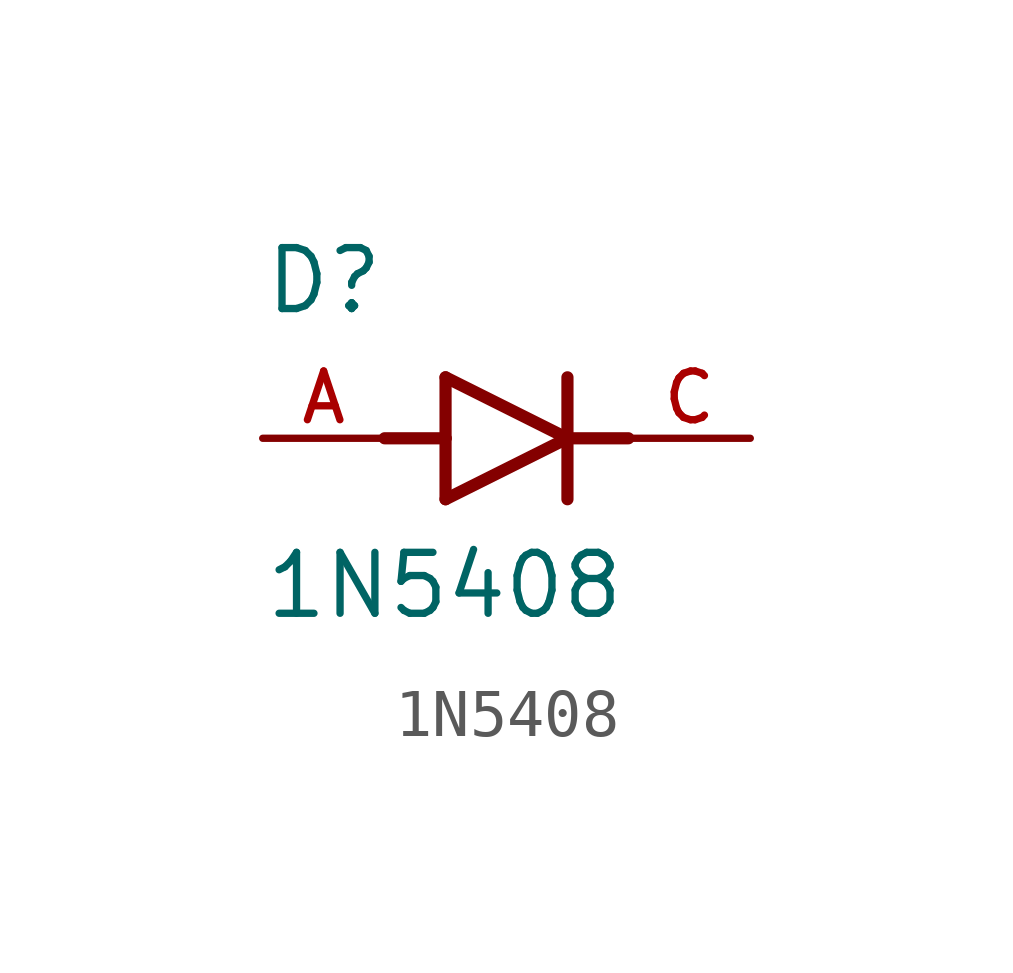
<source format=kicad_sym>
(kicad_symbol_lib
  (version 20211014)
  (generator kicad_symbol_editor)
  (symbol "1N5408"
    (pin_names
      (offset 1.016))
    (property "Reference" "D"
      (at -5.08 2.54 0)
      (effects (font (size 1.27 1.27)) (justify bottom left)))
    (property "Value" "1N5408"
      (at -5.08 -3.81 0)
      (effects (font (size 1.27 1.27)) (justify bottom left)))
    (symbol "1N5408_0_0"
      (polyline (pts (xy -1.27 -1.27) (xy 1.27 0.0)) (stroke (width 0.254)))
      (polyline (pts (xy 1.27 0.0) (xy -1.27 1.27)) (stroke (width 0.254)))
      (polyline (pts (xy 1.27 1.27) (xy 1.27 0.0)) (stroke (width 0.254)))
      (polyline (pts (xy -1.27 1.27) (xy -1.27 0.0)) (stroke (width 0.254)))
      (polyline (pts (xy -1.27 0.0) (xy -1.27 -1.27)) (stroke (width 0.254)))
      (polyline (pts (xy 1.27 0.0) (xy 1.27 -1.27)) (stroke (width 0.254)))
      (polyline (pts (xy -2.54 0.0) (xy -1.27 0.0)) (stroke (width 0.254)))
      (polyline (pts (xy 1.27 0.0) (xy 2.54 0.0)) (stroke (width 0.254)))
      (pin passive line (at -5.08 0.0 0) (length 2.54) (name "~" (effects (font (size 1.016 1.016)))) (number "A" (effects (font (size 1.016 1.016)))))
      (pin passive line (at 5.08 0.0 180.0) (length 2.54) (name "~" (effects (font (size 1.016 1.016)))) (number "C" (effects (font (size 1.016 1.016))))))))
</source>
